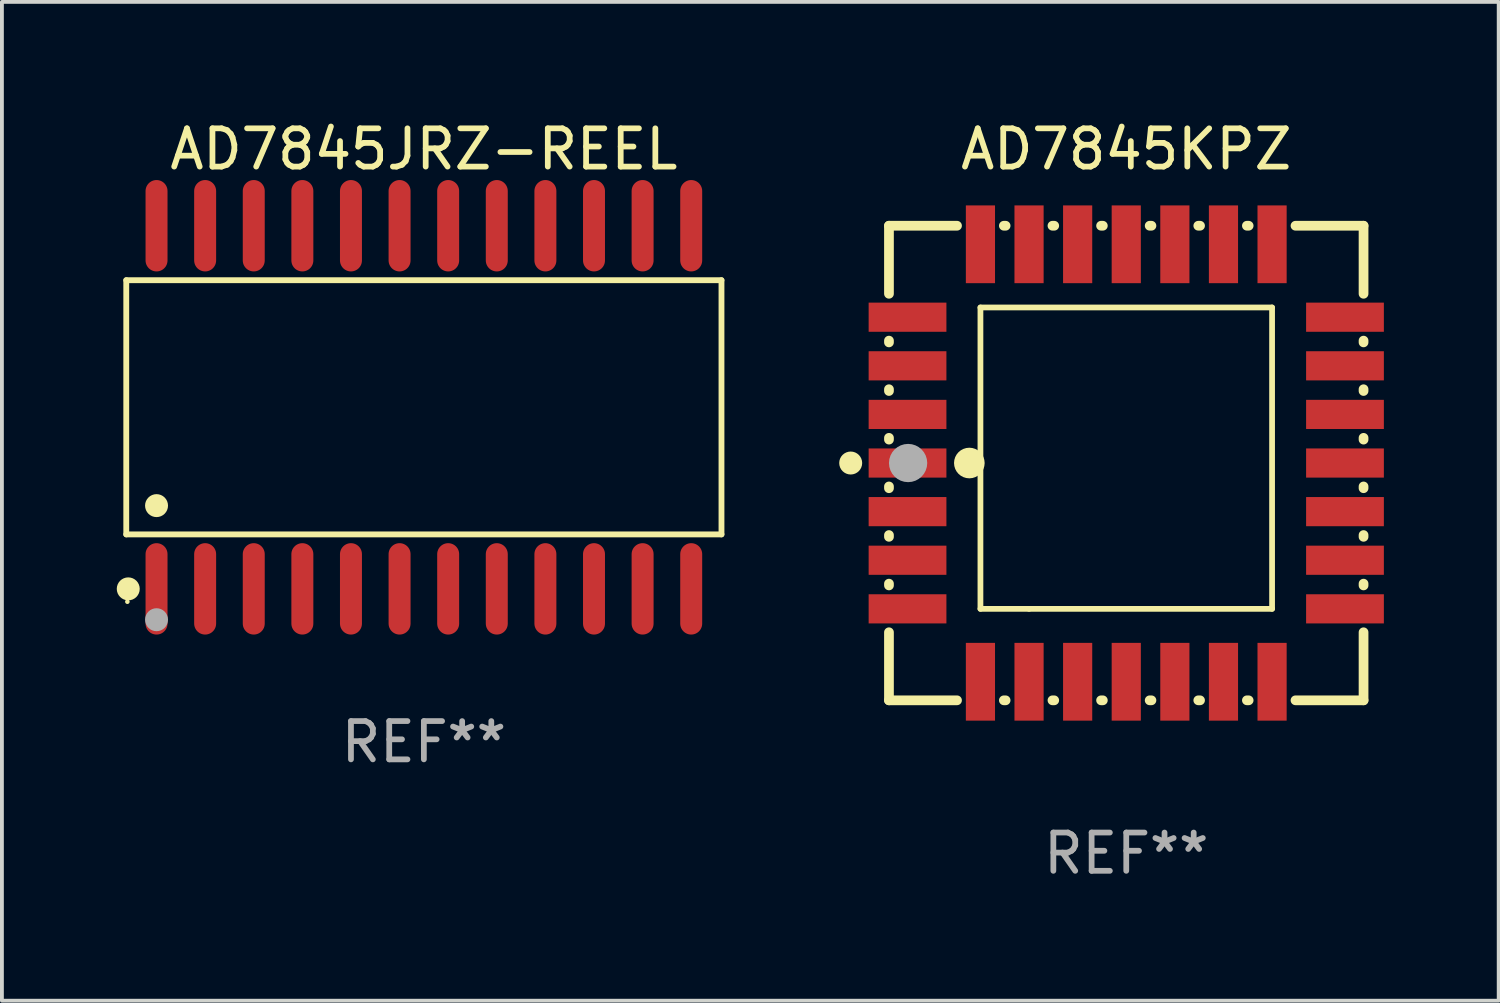
<source format=kicad_pcb>
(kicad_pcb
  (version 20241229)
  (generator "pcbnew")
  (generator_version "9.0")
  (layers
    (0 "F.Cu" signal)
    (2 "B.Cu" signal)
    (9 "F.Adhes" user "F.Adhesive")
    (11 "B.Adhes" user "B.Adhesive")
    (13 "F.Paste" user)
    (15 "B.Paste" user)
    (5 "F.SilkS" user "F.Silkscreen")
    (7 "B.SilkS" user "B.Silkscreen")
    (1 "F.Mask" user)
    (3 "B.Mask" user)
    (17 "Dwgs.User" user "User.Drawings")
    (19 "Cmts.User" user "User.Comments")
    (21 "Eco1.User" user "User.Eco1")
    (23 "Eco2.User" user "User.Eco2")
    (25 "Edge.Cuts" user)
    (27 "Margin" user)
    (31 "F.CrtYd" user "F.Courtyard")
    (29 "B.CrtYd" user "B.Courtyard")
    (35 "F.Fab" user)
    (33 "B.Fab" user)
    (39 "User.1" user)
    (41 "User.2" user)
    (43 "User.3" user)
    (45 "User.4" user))
  (footprint "AD7845KPZ"
    (layer "F.Cu")
    (at 26.377 9.048)
    (property "Reference" "AD7845KPZ" (at 0 -8.2 0) (layer "F.SilkS") (effects (font (size 1 1) (thickness 0.15))))
    (attr through_hole)
    (fp_line (start -6.2 -6.2) (end -4.422 -6.2) (stroke (width 0.254) (type solid)) (layer "F.SilkS"))
    (fp_line (start -6.2 -4.422) (end -6.2 -6.2) (stroke (width 0.254) (type solid)) (layer "F.SilkS"))
    (fp_line (start -6.2 -3.152) (end -6.2 -3.198) (stroke (width 0.254) (type solid)) (layer "F.SilkS"))
    (fp_line (start -6.2 -1.882) (end -6.2 -1.928) (stroke (width 0.254) (type solid)) (layer "F.SilkS"))
    (fp_line (start -6.2 -0.612) (end -6.2 -0.658) (stroke (width 0.254) (type solid)) (layer "F.SilkS"))
    (fp_line (start -6.2 0.658) (end -6.2 0.612) (stroke (width 0.254) (type solid)) (layer "F.SilkS"))
    (fp_line (start -6.2 1.928) (end -6.2 1.882) (stroke (width 0.254) (type solid)) (layer "F.SilkS"))
    (fp_line (start -6.2 3.198) (end -6.2 3.152) (stroke (width 0.254) (type solid)) (layer "F.SilkS"))
    (fp_line (start -6.2 6.2) (end -6.2 4.422) (stroke (width 0.254) (type solid)) (layer "F.SilkS"))
    (fp_line (start -4.422 6.2) (end -6.2 6.2) (stroke (width 0.254) (type solid)) (layer "F.SilkS"))
    (fp_line (start -3.81 -4.064) (end 3.81 -4.064) (stroke (width 0.15) (type solid)) (layer "F.SilkS"))
    (fp_line (start -3.81 3.81) (end -3.81 -4.064) (stroke (width 0.15) (type solid)) (layer "F.SilkS"))
    (fp_line (start -3.198 -6.2) (end -3.152 -6.2) (stroke (width 0.254) (type solid)) (layer "F.SilkS"))
    (fp_line (start -3.152 6.2) (end -3.198 6.2) (stroke (width 0.254) (type solid)) (layer "F.SilkS"))
    (fp_line (start -2.54 3.81) (end -3.81 3.81) (stroke (width 0.15) (type solid)) (layer "F.SilkS"))
    (fp_line (start -1.928 -6.2) (end -1.882 -6.2) (stroke (width 0.254) (type solid)) (layer "F.SilkS"))
    (fp_line (start -1.882 6.2) (end -1.928 6.2) (stroke (width 0.254) (type solid)) (layer "F.SilkS"))
    (fp_line (start -0.658 -6.2) (end -0.612 -6.2) (stroke (width 0.254) (type solid)) (layer "F.SilkS"))
    (fp_line (start -0.612 6.2) (end -0.658 6.2) (stroke (width 0.254) (type solid)) (layer "F.SilkS"))
    (fp_line (start 0.612 -6.2) (end 0.658 -6.2) (stroke (width 0.254) (type solid)) (layer "F.SilkS"))
    (fp_line (start 0.658 6.2) (end 0.612 6.2) (stroke (width 0.254) (type solid)) (layer "F.SilkS"))
    (fp_line (start 1.882 -6.2) (end 1.928 -6.2) (stroke (width 0.254) (type solid)) (layer "F.SilkS"))
    (fp_line (start 1.928 6.2) (end 1.882 6.2) (stroke (width 0.254) (type solid)) (layer "F.SilkS"))
    (fp_line (start 3.152 -6.2) (end 3.198 -6.2) (stroke (width 0.254) (type solid)) (layer "F.SilkS"))
    (fp_line (start 3.198 6.2) (end 3.152 6.2) (stroke (width 0.254) (type solid)) (layer "F.SilkS"))
    (fp_line (start 3.81 -4.064) (end 3.81 3.81) (stroke (width 0.15) (type solid)) (layer "F.SilkS"))
    (fp_line (start 3.81 3.81) (end -2.54 3.81) (stroke (width 0.15) (type solid)) (layer "F.SilkS"))
    (fp_line (start 4.422 -6.2) (end 6.2 -6.2) (stroke (width 0.254) (type solid)) (layer "F.SilkS"))
    (fp_line (start 6.2 -6.2) (end 6.2 -4.422) (stroke (width 0.254) (type solid)) (layer "F.SilkS"))
    (fp_line (start 6.2 -3.198) (end 6.2 -3.152) (stroke (width 0.254) (type solid)) (layer "F.SilkS"))
    (fp_line (start 6.2 -1.928) (end 6.2 -1.882) (stroke (width 0.254) (type solid)) (layer "F.SilkS"))
    (fp_line (start 6.2 -0.658) (end 6.2 -0.612) (stroke (width 0.254) (type solid)) (layer "F.SilkS"))
    (fp_line (start 6.2 0.612) (end 6.2 0.658) (stroke (width 0.254) (type solid)) (layer "F.SilkS"))
    (fp_line (start 6.2 1.882) (end 6.2 1.928) (stroke (width 0.254) (type solid)) (layer "F.SilkS"))
    (fp_line (start 6.2 3.152) (end 6.2 3.198) (stroke (width 0.254) (type solid)) (layer "F.SilkS"))
    (fp_line (start 6.2 4.422) (end 6.2 6.2) (stroke (width 0.254) (type solid)) (layer "F.SilkS"))
    (fp_line (start 6.2 6.2) (end 4.422 6.2) (stroke (width 0.254) (type solid)) (layer "F.SilkS"))
    (fp_circle (center -7.2 0) (end -7.05 0) (stroke (width 0.3) (type solid)) (fill no) (layer "F.SilkS"))
    (fp_circle (center -6.223 6.223) (end -6.193 6.223) (stroke (width 0.06) (type solid)) (fill no) (layer "F.SilkS"))
    (fp_circle (center -4.1 0) (end -3.9 0) (stroke (width 0.4) (type solid)) (fill no) (layer "F.SilkS"))
    (fp_circle (center -5.7 0) (end -5.45 0) (stroke (width 0.5) (type solid)) (fill no) (layer "F.Fab"))
    (fp_text user "REF**" (at 0 10.2 0) (layer "F.Fab") (effects (font (size 1 1) (thickness 0.15))))
    (pad "1" smd rect (at -5.715 0) (size 2.032 0.762) (layers "F.Cu" "F.Mask" "F.Paste"))
    (pad "2" smd rect (at -5.715 1.27) (size 2.032 0.762) (layers "F.Cu" "F.Mask" "F.Paste"))
    (pad "3" smd rect (at -5.715 2.54) (size 2.032 0.762) (layers "F.Cu" "F.Mask" "F.Paste"))
    (pad "4" smd rect (at -5.715 3.81) (size 2.032 0.762) (layers "F.Cu" "F.Mask" "F.Paste"))
    (pad "5" smd rect (at -3.81 5.715) (size 0.762 2.032) (layers "F.Cu" "F.Mask" "F.Paste"))
    (pad "6" smd rect (at -2.54 5.715) (size 0.762 2.032) (layers "F.Cu" "F.Mask" "F.Paste"))
    (pad "7" smd rect (at -1.27 5.715) (size 0.762 2.032) (layers "F.Cu" "F.Mask" "F.Paste"))
    (pad "8" smd rect (at 0 5.715) (size 0.762 2.032) (layers "F.Cu" "F.Mask" "F.Paste"))
    (pad "9" smd rect (at 1.27 5.715) (size 0.762 2.032) (layers "F.Cu" "F.Mask" "F.Paste"))
    (pad "10" smd rect (at 2.54 5.715) (size 0.762 2.032) (layers "F.Cu" "F.Mask" "F.Paste"))
    (pad "11" smd rect (at 3.81 5.715) (size 0.762 2.032) (layers "F.Cu" "F.Mask" "F.Paste"))
    (pad "12" smd rect (at 5.715 3.81) (size 2.032 0.762) (layers "F.Cu" "F.Mask" "F.Paste"))
    (pad "13" smd rect (at 5.715 2.54) (size 2.032 0.762) (layers "F.Cu" "F.Mask" "F.Paste"))
    (pad "14" smd rect (at 5.715 1.27) (size 2.032 0.762) (layers "F.Cu" "F.Mask" "F.Paste"))
    (pad "15" smd rect (at 5.715 0) (size 2.032 0.762) (layers "F.Cu" "F.Mask" "F.Paste"))
    (pad "16" smd rect (at 5.715 -1.27) (size 2.032 0.762) (layers "F.Cu" "F.Mask" "F.Paste"))
    (pad "17" smd rect (at 5.715 -2.54) (size 2.032 0.762) (layers "F.Cu" "F.Mask" "F.Paste"))
    (pad "18" smd rect (at 5.715 -3.81) (size 2.032 0.762) (layers "F.Cu" "F.Mask" "F.Paste"))
    (pad "19" smd rect (at 3.81 -5.715) (size 0.762 2.032) (layers "F.Cu" "F.Mask" "F.Paste"))
    (pad "20" smd rect (at 2.54 -5.715) (size 0.762 2.032) (layers "F.Cu" "F.Mask" "F.Paste"))
    (pad "21" smd rect (at 1.27 -5.715) (size 0.762 2.032) (layers "F.Cu" "F.Mask" "F.Paste"))
    (pad "22" smd rect (at 0 -5.715) (size 0.762 2.032) (layers "F.Cu" "F.Mask" "F.Paste"))
    (pad "23" smd rect (at -1.27 -5.715) (size 0.762 2.032) (layers "F.Cu" "F.Mask" "F.Paste"))
    (pad "24" smd rect (at -2.54 -5.715) (size 0.762 2.032) (layers "F.Cu" "F.Mask" "F.Paste"))
    (pad "25" smd rect (at -3.81 -5.715) (size 0.762 2.032) (layers "F.Cu" "F.Mask" "F.Paste"))
    (pad "26" smd rect (at -5.715 -3.81) (size 2.032 0.762) (layers "F.Cu" "F.Mask" "F.Paste"))
    (pad "27" smd rect (at -5.715 -2.54) (size 2.032 0.762) (layers "F.Cu" "F.Mask" "F.Paste"))
    (pad "28" smd rect (at -5.715 -1.27) (size 2.032 0.762) (layers "F.Cu" "F.Mask" "F.Paste")))
  (footprint "AD7845JRZ-REEL"
    (layer "F.Cu")
    (at 8.025 7.592)
    (property "Reference" "AD7845JRZ-REEL" (at 0 -6.744 0) (layer "F.SilkS") (effects (font (size 1 1) (thickness 0.15))))
    (attr through_hole)
    (fp_line (start -7.776 -3.321) (end 7.776 -3.321) (stroke (width 0.152) (type solid)) (layer "F.SilkS"))
    (fp_line (start -7.776 3.321) (end -7.776 -3.321) (stroke (width 0.152) (type solid)) (layer "F.SilkS"))
    (fp_line (start 7.776 -3.321) (end 7.776 3.321) (stroke (width 0.152) (type solid)) (layer "F.SilkS"))
    (fp_line (start 7.776 3.321) (end -7.776 3.321) (stroke (width 0.152) (type solid)) (layer "F.SilkS"))
    (fp_circle (center -7.747 5.08) (end -7.717 5.08) (stroke (width 0.06) (type solid)) (fill no) (layer "F.SilkS"))
    (fp_circle (center -7.724 4.744) (end -7.574 4.744) (stroke (width 0.3) (type solid)) (fill no) (layer "F.SilkS"))
    (fp_circle (center -6.985 2.569) (end -6.835 2.569) (stroke (width 0.3) (type solid)) (fill no) (layer "F.SilkS"))
    (fp_circle (center -6.985 5.55) (end -6.835 5.55) (stroke (width 0.3) (type solid)) (fill no) (layer "F.Fab"))
    (fp_text user "REF**" (at 0 8.744 0) (layer "F.Fab") (effects (font (size 1 1) (thickness 0.15))))
    (pad "1" smd oval (at -6.985 4.744) (size 0.574 2.388) (layers "F.Cu" "F.Mask" "F.Paste"))
    (pad "2" smd oval (at -5.715 4.744) (size 0.574 2.388) (layers "F.Cu" "F.Mask" "F.Paste"))
    (pad "3" smd oval (at -4.445 4.744) (size 0.574 2.388) (layers "F.Cu" "F.Mask" "F.Paste"))
    (pad "4" smd oval (at -3.175 4.744) (size 0.574 2.388) (layers "F.Cu" "F.Mask" "F.Paste"))
    (pad "5" smd oval (at -1.905 4.744) (size 0.574 2.388) (layers "F.Cu" "F.Mask" "F.Paste"))
    (pad "6" smd oval (at -0.635 4.744) (size 0.574 2.388) (layers "F.Cu" "F.Mask" "F.Paste"))
    (pad "7" smd oval (at 0.635 4.744) (size 0.574 2.388) (layers "F.Cu" "F.Mask" "F.Paste"))
    (pad "8" smd oval (at 1.905 4.744) (size 0.574 2.388) (layers "F.Cu" "F.Mask" "F.Paste"))
    (pad "9" smd oval (at 3.175 4.744) (size 0.574 2.388) (layers "F.Cu" "F.Mask" "F.Paste"))
    (pad "10" smd oval (at 4.445 4.744) (size 0.574 2.388) (layers "F.Cu" "F.Mask" "F.Paste"))
    (pad "11" smd oval (at 5.715 4.744) (size 0.574 2.388) (layers "F.Cu" "F.Mask" "F.Paste"))
    (pad "12" smd oval (at 6.985 4.744) (size 0.574 2.388) (layers "F.Cu" "F.Mask" "F.Paste"))
    (pad "13" smd oval (at 6.985 -4.744) (size 0.574 2.388) (layers "F.Cu" "F.Mask" "F.Paste"))
    (pad "14" smd oval (at 5.715 -4.744) (size 0.574 2.388) (layers "F.Cu" "F.Mask" "F.Paste"))
    (pad "15" smd oval (at 4.445 -4.744) (size 0.574 2.388) (layers "F.Cu" "F.Mask" "F.Paste"))
    (pad "16" smd oval (at 3.175 -4.744) (size 0.574 2.388) (layers "F.Cu" "F.Mask" "F.Paste"))
    (pad "17" smd oval (at 1.905 -4.744) (size 0.574 2.388) (layers "F.Cu" "F.Mask" "F.Paste"))
    (pad "18" smd oval (at 0.635 -4.744) (size 0.574 2.388) (layers "F.Cu" "F.Mask" "F.Paste"))
    (pad "19" smd oval (at -0.635 -4.744) (size 0.574 2.388) (layers "F.Cu" "F.Mask" "F.Paste"))
    (pad "20" smd oval (at -1.905 -4.744) (size 0.574 2.388) (layers "F.Cu" "F.Mask" "F.Paste"))
    (pad "21" smd oval (at -3.175 -4.744) (size 0.574 2.388) (layers "F.Cu" "F.Mask" "F.Paste"))
    (pad "22" smd oval (at -4.445 -4.744) (size 0.574 2.388) (layers "F.Cu" "F.Mask" "F.Paste"))
    (pad "23" smd oval (at -5.715 -4.744) (size 0.574 2.388) (layers "F.Cu" "F.Mask" "F.Paste"))
    (pad "24" smd oval (at -6.985 -4.744) (size 0.574 2.388) (layers "F.Cu" "F.Mask" "F.Paste")))
  (gr_rect
    (start -3 -3)
    (end 36.108 23.096)
    (stroke (width 0.1) (type default))
    (fill no)
    (layer "Edge.Cuts")))
</source>
